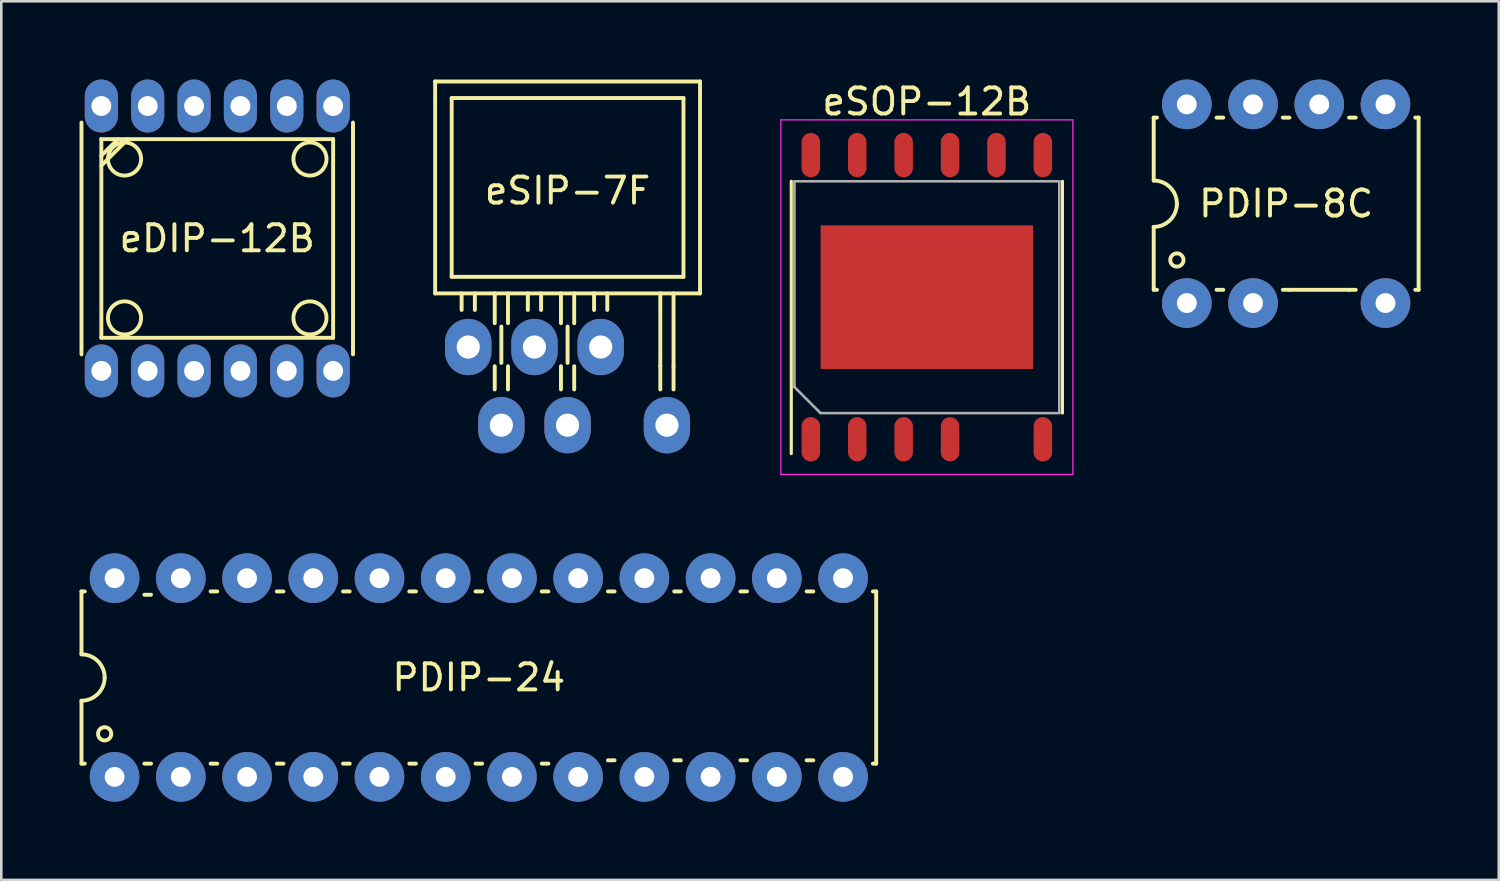
<source format=kicad_pcb>
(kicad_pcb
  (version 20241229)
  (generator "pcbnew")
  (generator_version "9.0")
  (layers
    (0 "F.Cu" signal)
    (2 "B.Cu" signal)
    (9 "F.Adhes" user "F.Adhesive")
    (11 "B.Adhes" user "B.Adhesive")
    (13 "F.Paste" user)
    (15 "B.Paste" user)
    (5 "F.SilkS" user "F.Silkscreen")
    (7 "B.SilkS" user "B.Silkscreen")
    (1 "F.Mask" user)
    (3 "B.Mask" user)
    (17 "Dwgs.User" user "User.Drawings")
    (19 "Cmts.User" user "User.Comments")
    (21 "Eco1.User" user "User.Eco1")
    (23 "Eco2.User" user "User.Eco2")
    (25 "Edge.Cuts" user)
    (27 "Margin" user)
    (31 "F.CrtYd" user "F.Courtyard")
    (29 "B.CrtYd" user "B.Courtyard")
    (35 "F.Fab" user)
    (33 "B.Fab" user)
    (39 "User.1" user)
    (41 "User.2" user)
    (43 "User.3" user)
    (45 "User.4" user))
  (footprint "eSOP-12B"
    (layer "F.Cu")
    (at 32.499 8.348)
    (property "Reference" "eSOP-12B" (at 0 -7.5 0) (layer "F.SilkS") (effects (font (size 1 1) (thickness 0.15))))
    (attr smd)
    (fp_line (start -5.2 -4.445) (end -5.2 6) (stroke (width 0.12) (type solid)) (layer "F.SilkS"))
    (fp_line (start 5.2 4.445) (end 5.2 -4.445) (stroke (width 0.12) (type solid)) (layer "F.SilkS"))
    (fp_line (start -5.6 -6.8) (end 5.6 -6.8) (stroke (width 0.05) (type solid)) (layer "F.CrtYd"))
    (fp_line (start -5.6 6.8) (end -5.6 -6.8) (stroke (width 0.05) (type solid)) (layer "F.CrtYd"))
    (fp_line (start 5.6 -6.8) (end 5.6 6.8) (stroke (width 0.05) (type solid)) (layer "F.CrtYd"))
    (fp_line (start 5.6 6.8) (end -5.6 6.8) (stroke (width 0.05) (type solid)) (layer "F.CrtYd"))
    (fp_line (start -5.08 -4.445) (end -5.08 3.445) (stroke (width 0.1) (type solid)) (layer "F.Fab"))
    (fp_line (start -4.08 4.445) (end -5.08 3.445) (stroke (width 0.1) (type solid)) (layer "F.Fab"))
    (fp_line (start -4.08 4.445) (end 5.08 4.445) (stroke (width 0.1) (type solid)) (layer "F.Fab"))
    (fp_line (start 5.08 -4.445) (end -5.08 -4.445) (stroke (width 0.1) (type solid)) (layer "F.Fab"))
    (fp_line (start 5.08 4.445) (end 5.08 -4.445) (stroke (width 0.1) (type solid)) (layer "F.Fab"))
    (pad "1" smd oval (at -4.45 5.45) (size 0.71 1.7) (layers "F.Cu" "F.Mask" "F.Paste"))
    (pad "2" smd oval (at -2.67 5.45) (size 0.71 1.7) (layers "F.Cu" "F.Mask" "F.Paste"))
    (pad "3" smd oval (at -0.89 5.45) (size 0.71 1.7) (layers "F.Cu" "F.Mask" "F.Paste"))
    (pad "4" smd oval (at 0.89 5.45) (size 0.71 1.7) (layers "F.Cu" "F.Mask" "F.Paste"))
    (pad "6" smd oval (at 4.45 5.45) (size 0.71 1.7) (layers "F.Cu" "F.Mask" "F.Paste"))
    (pad "7" smd oval (at 4.45 -5.45) (size 0.71 1.7) (layers "F.Cu" "F.Mask" "F.Paste"))
    (pad "8" smd oval (at 2.67 -5.45) (size 0.71 1.7) (layers "F.Cu" "F.Mask" "F.Paste"))
    (pad "9" smd oval (at 0.89 -5.45) (size 0.71 1.7) (layers "F.Cu" "F.Mask" "F.Paste"))
    (pad "10" smd oval (at -0.89 -5.45) (size 0.71 1.7) (layers "F.Cu" "F.Mask" "F.Paste"))
    (pad "11" smd oval (at -2.67 -5.45) (size 0.71 1.7) (layers "F.Cu" "F.Mask" "F.Paste"))
    (pad "12" smd oval (at -4.45 -5.45) (size 0.71 1.7) (layers "F.Cu" "F.Mask" "F.Paste"))
    (pad "13" smd rect (at 0 0) (size 8.15 5.51) (layers "F.Cu" "F.Mask" "F.Paste")))
  (footprint "PDIP-24"
    (layer "F.Cu")
    (at 15.315 22.936)
    (property "Reference" "PDIP-24" (at 0 0 0) (layer "F.SilkS") (effects (font (size 1 1) (thickness 0.15))))
    (attr through_hole)
    (fp_line (start -15.24 -3.302) (end -15.113 -3.302) (stroke (width 0.15) (type solid)) (layer "F.SilkS"))
    (fp_line (start -15.24 -0.889) (end -15.24 -3.302) (stroke (width 0.15) (type solid)) (layer "F.SilkS"))
    (fp_line (start -15.24 0.889) (end -15.24 3.302) (stroke (width 0.15) (type solid)) (layer "F.SilkS"))
    (fp_line (start -15.24 3.302) (end -15.113 3.302) (stroke (width 0.15) (type solid)) (layer "F.SilkS"))
    (fp_line (start -12.827 3.302) (end -12.573 3.302) (stroke (width 0.15) (type solid)) (layer "F.SilkS"))
    (fp_line (start -12.573 -3.175) (end -12.827 -3.175) (stroke (width 0.15) (type solid)) (layer "F.SilkS"))
    (fp_line (start -10.287 3.302) (end -10.033 3.302) (stroke (width 0.15) (type solid)) (layer "F.SilkS"))
    (fp_line (start -10.033 -3.302) (end -10.287 -3.302) (stroke (width 0.15) (type solid)) (layer "F.SilkS"))
    (fp_line (start -7.747 3.302) (end -7.493 3.302) (stroke (width 0.15) (type solid)) (layer "F.SilkS"))
    (fp_line (start -7.493 -3.302) (end -7.747 -3.302) (stroke (width 0.15) (type solid)) (layer "F.SilkS"))
    (fp_line (start -5.207 3.302) (end -4.953 3.302) (stroke (width 0.15) (type solid)) (layer "F.SilkS"))
    (fp_line (start -4.953 -3.302) (end -5.207 -3.302) (stroke (width 0.15) (type solid)) (layer "F.SilkS"))
    (fp_line (start -2.667 -3.302) (end -2.413 -3.302) (stroke (width 0.15) (type solid)) (layer "F.SilkS"))
    (fp_line (start -2.667 3.302) (end -2.413 3.302) (stroke (width 0.15) (type solid)) (layer "F.SilkS"))
    (fp_line (start -0.127 -3.302) (end 0.127 -3.302) (stroke (width 0.15) (type solid)) (layer "F.SilkS"))
    (fp_line (start -0.127 3.302) (end 0.127 3.302) (stroke (width 0.15) (type solid)) (layer "F.SilkS"))
    (fp_line (start 2.413 -3.302) (end 2.667 -3.302) (stroke (width 0.15) (type solid)) (layer "F.SilkS"))
    (fp_line (start 2.413 3.302) (end 2.667 3.302) (stroke (width 0.15) (type solid)) (layer "F.SilkS"))
    (fp_line (start 4.953 3.175) (end 5.207 3.175) (stroke (width 0.15) (type solid)) (layer "F.SilkS"))
    (fp_line (start 5.207 -3.302) (end 4.953 -3.302) (stroke (width 0.15) (type solid)) (layer "F.SilkS"))
    (fp_line (start 7.493 3.175) (end 7.747 3.175) (stroke (width 0.15) (type solid)) (layer "F.SilkS"))
    (fp_line (start 7.747 -3.302) (end 7.493 -3.302) (stroke (width 0.15) (type solid)) (layer "F.SilkS"))
    (fp_line (start 10.033 3.175) (end 10.287 3.175) (stroke (width 0.15) (type solid)) (layer "F.SilkS"))
    (fp_line (start 10.287 -3.302) (end 10.033 -3.302) (stroke (width 0.15) (type solid)) (layer "F.SilkS"))
    (fp_line (start 12.573 3.175) (end 12.827 3.175) (stroke (width 0.15) (type solid)) (layer "F.SilkS"))
    (fp_line (start 12.827 -3.302) (end 12.573 -3.302) (stroke (width 0.15) (type solid)) (layer "F.SilkS"))
    (fp_line (start 15.24 -3.302) (end 15.113 -3.302) (stroke (width 0.15) (type solid)) (layer "F.SilkS"))
    (fp_line (start 15.24 3.302) (end 15.113 3.302) (stroke (width 0.15) (type solid)) (layer "F.SilkS"))
    (fp_line (start 15.24 3.302) (end 15.24 -3.302) (stroke (width 0.15) (type solid)) (layer "F.SilkS"))
    (fp_arc (start -15.24 -0.889) (mid -14.611382 -0.628618) (end -14.351 0) (stroke (width 0.15) (type solid)) (layer "F.SilkS"))
    (fp_arc (start -14.351 0) (mid -14.611382 0.628618) (end -15.24 0.889) (stroke (width 0.15) (type solid)) (layer "F.SilkS"))
    (fp_circle (center -14.351 2.159) (end -14.097 2.159) (stroke (width 0.15) (type solid)) (fill no) (layer "F.SilkS"))
    (pad "1" thru_hole circle (at -13.97 3.81) (size 1.905 1.905) (drill 0.762) (layers "*.Cu" "*.Mask"))
    (pad "2" thru_hole circle (at -11.43 3.81) (size 1.905 1.905) (drill 0.762) (layers "*.Cu" "*.Mask"))
    (pad "3" thru_hole circle (at -8.89 3.81) (size 1.905 1.905) (drill 0.762) (layers "*.Cu" "*.Mask"))
    (pad "4" thru_hole circle (at -6.35 3.81) (size 1.905 1.905) (drill 0.762) (layers "*.Cu" "*.Mask"))
    (pad "5" thru_hole circle (at -3.81 3.81) (size 1.905 1.905) (drill 0.762) (layers "*.Cu" "*.Mask"))
    (pad "6" thru_hole circle (at -1.27 3.81) (size 1.905 1.905) (drill 0.762) (layers "*.Cu" "*.Mask"))
    (pad "7" thru_hole circle (at 1.27 3.81) (size 1.905 1.905) (drill 0.762) (layers "*.Cu" "*.Mask"))
    (pad "8" thru_hole circle (at 3.81 3.81) (size 1.905 1.905) (drill 0.762) (layers "*.Cu" "*.Mask"))
    (pad "9" thru_hole circle (at 6.35 3.81) (size 1.905 1.905) (drill 0.762) (layers "*.Cu" "*.Mask"))
    (pad "10" thru_hole circle (at 8.89 3.81) (size 1.905 1.905) (drill 0.762) (layers "*.Cu" "*.Mask"))
    (pad "11" thru_hole circle (at 11.43 3.81) (size 1.905 1.905) (drill 0.762) (layers "*.Cu" "*.Mask"))
    (pad "12" thru_hole circle (at 13.97 3.81) (size 1.905 1.905) (drill 0.762) (layers "*.Cu" "*.Mask"))
    (pad "13" thru_hole circle (at 13.97 -3.81) (size 1.905 1.905) (drill 0.762) (layers "*.Cu" "*.Mask"))
    (pad "14" thru_hole circle (at 11.43 -3.81) (size 1.905 1.905) (drill 0.762) (layers "*.Cu" "*.Mask"))
    (pad "15" thru_hole circle (at 8.89 -3.81) (size 1.905 1.905) (drill 0.762) (layers "*.Cu" "*.Mask"))
    (pad "16" thru_hole circle (at 6.35 -3.81) (size 1.905 1.905) (drill 0.762) (layers "*.Cu" "*.Mask"))
    (pad "17" thru_hole circle (at 3.81 -3.81) (size 1.905 1.905) (drill 0.762) (layers "*.Cu" "*.Mask"))
    (pad "18" thru_hole circle (at 1.27 -3.81) (size 1.905 1.905) (drill 0.762) (layers "*.Cu" "*.Mask"))
    (pad "19" thru_hole circle (at -1.27 -3.81) (size 1.905 1.905) (drill 0.762) (layers "*.Cu" "*.Mask"))
    (pad "20" thru_hole circle (at -3.81 -3.81) (size 1.905 1.905) (drill 0.762) (layers "*.Cu" "*.Mask"))
    (pad "21" thru_hole circle (at -6.35 -3.81) (size 1.905 1.905) (drill 0.762) (layers "*.Cu" "*.Mask"))
    (pad "22" thru_hole circle (at -8.89 -3.81) (size 1.905 1.905) (drill 0.762) (layers "*.Cu" "*.Mask"))
    (pad "23" thru_hole circle (at -11.43 -3.81) (size 1.905 1.905) (drill 0.762) (layers "*.Cu" "*.Mask"))
    (pad "24" thru_hole circle (at -13.97 -3.81) (size 1.905 1.905) (drill 0.762) (layers "*.Cu" "*.Mask")))
  (footprint "eDIP-12B"
    (layer "F.Cu")
    (at 5.282 6.096)
    (property "Reference" "eDIP-12B" (at 0 0 0) (layer "F.SilkS") (effects (font (size 1 1) (thickness 0.15))))
    (attr through_hole)
    (fp_line (start -5.207 4.445) (end -5.207 -4.445) (stroke (width 0.15) (type solid)) (layer "F.SilkS"))
    (fp_line (start -4.445 -3.81) (end -4.445 3.81) (stroke (width 0.15) (type solid)) (layer "F.SilkS"))
    (fp_line (start -4.445 -2.794) (end -3.429 -3.81) (stroke (width 0.15) (type solid)) (layer "F.SilkS"))
    (fp_line (start -4.445 3.81) (end 4.445 3.81) (stroke (width 0.15) (type solid)) (layer "F.SilkS"))
    (fp_line (start -3.81 -3.81) (end -4.445 -3.175) (stroke (width 0.15) (type solid)) (layer "F.SilkS"))
    (fp_line (start 4.445 -3.81) (end -4.445 -3.81) (stroke (width 0.15) (type solid)) (layer "F.SilkS"))
    (fp_line (start 4.445 3.81) (end 4.445 -3.81) (stroke (width 0.15) (type solid)) (layer "F.SilkS"))
    (fp_line (start 5.207 -4.445) (end 5.207 4.445) (stroke (width 0.15) (type solid)) (layer "F.SilkS"))
    (fp_circle (center -3.556 -3.048) (end -3.556 -3.683) (stroke (width 0.15) (type solid)) (fill no) (layer "F.SilkS"))
    (fp_circle (center -3.556 3.048) (end -3.556 3.683) (stroke (width 0.15) (type solid)) (fill no) (layer "F.SilkS"))
    (fp_circle (center 3.556 -3.048) (end 4.191 -3.048) (stroke (width 0.15) (type solid)) (fill no) (layer "F.SilkS"))
    (fp_circle (center 3.556 3.048) (end 4.191 3.048) (stroke (width 0.15) (type solid)) (fill no) (layer "F.SilkS"))
    (pad "1" thru_hole oval (at -4.445 -5.08) (size 1.27 2.032) (drill 0.762) (layers "*.Cu" "*.Mask"))
    (pad "2" thru_hole oval (at -2.667 -5.08) (size 1.27 2.032) (drill 0.762) (layers "*.Cu" "*.Mask"))
    (pad "3" thru_hole oval (at -0.889 -5.08) (size 1.27 2.032) (drill 0.762) (layers "*.Cu" "*.Mask"))
    (pad "4" thru_hole oval (at 0.889 -5.08) (size 1.27 2.032) (drill 0.762) (layers "*.Cu" "*.Mask"))
    (pad "5" thru_hole oval (at 2.667 -5.08) (size 1.27 2.032) (drill 0.762) (layers "*.Cu" "*.Mask"))
    (pad "6" thru_hole oval (at 4.445 -5.08) (size 1.27 2.032) (drill 0.762) (layers "*.Cu" "*.Mask"))
    (pad "7" thru_hole oval (at 4.445 5.08) (size 1.27 2.032) (drill 0.762) (layers "*.Cu" "*.Mask"))
    (pad "8" thru_hole oval (at 2.667 5.08) (size 1.27 2.032) (drill 0.762) (layers "*.Cu" "*.Mask"))
    (pad "9" thru_hole oval (at 0.889 5.08) (size 1.27 2.032) (drill 0.762) (layers "*.Cu" "*.Mask"))
    (pad "10" thru_hole oval (at -0.889 5.08) (size 1.27 2.032) (drill 0.762) (layers "*.Cu" "*.Mask"))
    (pad "11" thru_hole oval (at -2.667 5.08) (size 1.27 2.032) (drill 0.762) (layers "*.Cu" "*.Mask"))
    (pad "12" thru_hole oval (at -4.445 5.08) (size 1.27 2.032) (drill 0.762) (layers "*.Cu" "*.Mask")))
  (footprint "PDIP-8C"
    (layer "F.Cu")
    (at 46.279 4.763)
    (property "Reference" "PDIP-8C" (at 0 0 0) (layer "F.SilkS") (effects (font (size 1 1) (thickness 0.15))))
    (attr through_hole)
    (fp_line (start -5.08 -3.302) (end -4.953 -3.302) (stroke (width 0.15) (type solid)) (layer "F.SilkS"))
    (fp_line (start -5.08 -0.889) (end -5.08 -3.302) (stroke (width 0.15) (type solid)) (layer "F.SilkS"))
    (fp_line (start -5.08 0.889) (end -5.08 3.302) (stroke (width 0.15) (type solid)) (layer "F.SilkS"))
    (fp_line (start -5.08 3.302) (end -4.953 3.302) (stroke (width 0.15) (type solid)) (layer "F.SilkS"))
    (fp_line (start -2.667 -3.302) (end -2.413 -3.302) (stroke (width 0.15) (type solid)) (layer "F.SilkS"))
    (fp_line (start -2.667 3.302) (end -2.413 3.302) (stroke (width 0.15) (type solid)) (layer "F.SilkS"))
    (fp_line (start -0.127 -3.302) (end 0.127 -3.302) (stroke (width 0.15) (type solid)) (layer "F.SilkS"))
    (fp_line (start -0.127 3.302) (end 0.127 3.302) (stroke (width 0.15) (type solid)) (layer "F.SilkS"))
    (fp_line (start 0.127 3.302) (end 2.413 3.302) (stroke (width 0.15) (type solid)) (layer "F.SilkS"))
    (fp_line (start 2.413 -3.302) (end 2.667 -3.302) (stroke (width 0.15) (type solid)) (layer "F.SilkS"))
    (fp_line (start 2.413 3.302) (end 2.667 3.302) (stroke (width 0.15) (type solid)) (layer "F.SilkS"))
    (fp_line (start 5.08 -3.302) (end 4.953 -3.302) (stroke (width 0.15) (type solid)) (layer "F.SilkS"))
    (fp_line (start 5.08 3.302) (end 4.953 3.302) (stroke (width 0.15) (type solid)) (layer "F.SilkS"))
    (fp_line (start 5.08 3.302) (end 5.08 -3.302) (stroke (width 0.15) (type solid)) (layer "F.SilkS"))
    (fp_arc (start -5.08 -0.889) (mid -4.451382 -0.628618) (end -4.191 0) (stroke (width 0.15) (type solid)) (layer "F.SilkS"))
    (fp_arc (start -4.191 0) (mid -4.451382 0.628618) (end -5.08 0.889) (stroke (width 0.15) (type solid)) (layer "F.SilkS"))
    (fp_circle (center -4.191 2.159) (end -3.937 2.159) (stroke (width 0.15) (type solid)) (fill no) (layer "F.SilkS"))
    (pad "1" thru_hole circle (at -3.81 3.81) (size 1.905 1.905) (drill 0.762) (layers "*.Cu" "*.Mask"))
    (pad "2" thru_hole circle (at -1.27 3.81) (size 1.905 1.905) (drill 0.762) (layers "*.Cu" "*.Mask"))
    (pad "4" thru_hole circle (at 3.81 3.81) (size 1.905 1.905) (drill 0.762) (layers "*.Cu" "*.Mask"))
    (pad "5" thru_hole circle (at 3.81 -3.81) (size 1.905 1.905) (drill 0.762) (layers "*.Cu" "*.Mask"))
    (pad "6" thru_hole circle (at 1.27 -3.81) (size 1.905 1.905) (drill 0.762) (layers "*.Cu" "*.Mask"))
    (pad "7" thru_hole circle (at -1.27 -3.81) (size 1.905 1.905) (drill 0.762) (layers "*.Cu" "*.Mask"))
    (pad "8" thru_hole circle (at -3.81 -3.81) (size 1.905 1.905) (drill 0.762) (layers "*.Cu" "*.Mask")))
  (footprint "eSIP-7F"
    (layer "F.Cu")
    (at 18.719 11.759)
    (property "Reference" "eSIP-7F" (at 0 -7.493 0) (layer "F.SilkS") (effects (font (size 1 1) (thickness 0.15))))
    (attr through_hole)
    (fp_line (start -5.08 -11.684) (end -5.08 -3.556) (stroke (width 0.15) (type solid)) (layer "F.SilkS"))
    (fp_line (start -5.08 -3.556) (end 5.08 -3.556) (stroke (width 0.15) (type solid)) (layer "F.SilkS"))
    (fp_line (start -4.445 -11.049) (end -4.445 -4.191) (stroke (width 0.15) (type solid)) (layer "F.SilkS"))
    (fp_line (start -4.445 -4.191) (end 4.445 -4.191) (stroke (width 0.15) (type solid)) (layer "F.SilkS"))
    (fp_line (start -4.064 -2.921) (end -4.064 -3.556) (stroke (width 0.15) (type solid)) (layer "F.SilkS"))
    (fp_line (start -3.556 -2.921) (end -3.556 -3.556) (stroke (width 0.15) (type solid)) (layer "F.SilkS"))
    (fp_line (start -2.794 -2.413) (end -2.794 -3.556) (stroke (width 0.15) (type solid)) (layer "F.SilkS"))
    (fp_line (start -2.794 0.127) (end -2.794 -0.762) (stroke (width 0.15) (type solid)) (layer "F.SilkS"))
    (fp_line (start -2.54 -0.889) (end -2.54 -2.286) (stroke (width 0.15) (type solid)) (layer "F.SilkS"))
    (fp_line (start -2.286 -2.413) (end -2.286 -3.556) (stroke (width 0.15) (type solid)) (layer "F.SilkS"))
    (fp_line (start -2.286 -0.762) (end -2.286 0.127) (stroke (width 0.15) (type solid)) (layer "F.SilkS"))
    (fp_line (start -1.524 -2.921) (end -1.524 -3.556) (stroke (width 0.15) (type solid)) (layer "F.SilkS"))
    (fp_line (start -1.016 -2.921) (end -1.016 -3.556) (stroke (width 0.15) (type solid)) (layer "F.SilkS"))
    (fp_line (start -0.254 -2.413) (end -0.254 -3.556) (stroke (width 0.15) (type solid)) (layer "F.SilkS"))
    (fp_line (start -0.254 -0.762) (end -0.254 0.127) (stroke (width 0.15) (type solid)) (layer "F.SilkS"))
    (fp_line (start 0 -0.889) (end 0 -2.286) (stroke (width 0.15) (type solid)) (layer "F.SilkS"))
    (fp_line (start 0.254 -2.413) (end 0.254 -3.556) (stroke (width 0.15) (type solid)) (layer "F.SilkS"))
    (fp_line (start 0.254 -0.762) (end 0.254 0.127) (stroke (width 0.15) (type solid)) (layer "F.SilkS"))
    (fp_line (start 1.016 -2.921) (end 1.016 -3.556) (stroke (width 0.15) (type solid)) (layer "F.SilkS"))
    (fp_line (start 1.524 -2.921) (end 1.524 -3.556) (stroke (width 0.15) (type solid)) (layer "F.SilkS"))
    (fp_line (start 3.556 -0.762) (end 3.556 -3.556) (stroke (width 0.15) (type solid)) (layer "F.SilkS"))
    (fp_line (start 3.556 0.127) (end 3.556 -0.762) (stroke (width 0.15) (type solid)) (layer "F.SilkS"))
    (fp_line (start 4.064 -0.762) (end 4.064 -3.556) (stroke (width 0.15) (type solid)) (layer "F.SilkS"))
    (fp_line (start 4.064 0.127) (end 4.064 -0.762) (stroke (width 0.15) (type solid)) (layer "F.SilkS"))
    (fp_line (start 4.445 -11.049) (end -4.445 -11.049) (stroke (width 0.15) (type solid)) (layer "F.SilkS"))
    (fp_line (start 4.445 -4.191) (end 4.445 -11.049) (stroke (width 0.15) (type solid)) (layer "F.SilkS"))
    (fp_line (start 5.08 -11.684) (end -5.08 -11.684) (stroke (width 0.15) (type solid)) (layer "F.SilkS"))
    (fp_line (start 5.08 -3.556) (end 5.08 -11.684) (stroke (width 0.15) (type solid)) (layer "F.SilkS"))
    (pad "1" thru_hole oval (at -3.81 -1.499) (size 1.778 2.159) (drill 0.889) (layers "*.Cu" "*.Mask"))
    (pad "2" thru_hole oval (at -2.54 1.499) (size 1.778 2.159) (drill 0.889) (layers "*.Cu" "*.Mask"))
    (pad "3" thru_hole oval (at -1.27 -1.499) (size 1.778 2.159) (drill 0.889) (layers "*.Cu" "*.Mask"))
    (pad "4" thru_hole oval (at 0 1.499) (size 1.778 2.159) (drill 0.889) (layers "*.Cu" "*.Mask"))
    (pad "5" thru_hole oval (at 1.27 -1.499) (size 1.778 2.159) (drill 0.889) (layers "*.Cu" "*.Mask"))
    (pad "7" thru_hole oval (at 3.81 1.499) (size 1.778 2.159) (drill 0.889) (layers "*.Cu" "*.Mask")))
  (gr_rect
    (start -3 -3)
    (end 54.434 30.698)
    (stroke (width 0.1) (type default))
    (fill no)
    (layer "Edge.Cuts")))
</source>
